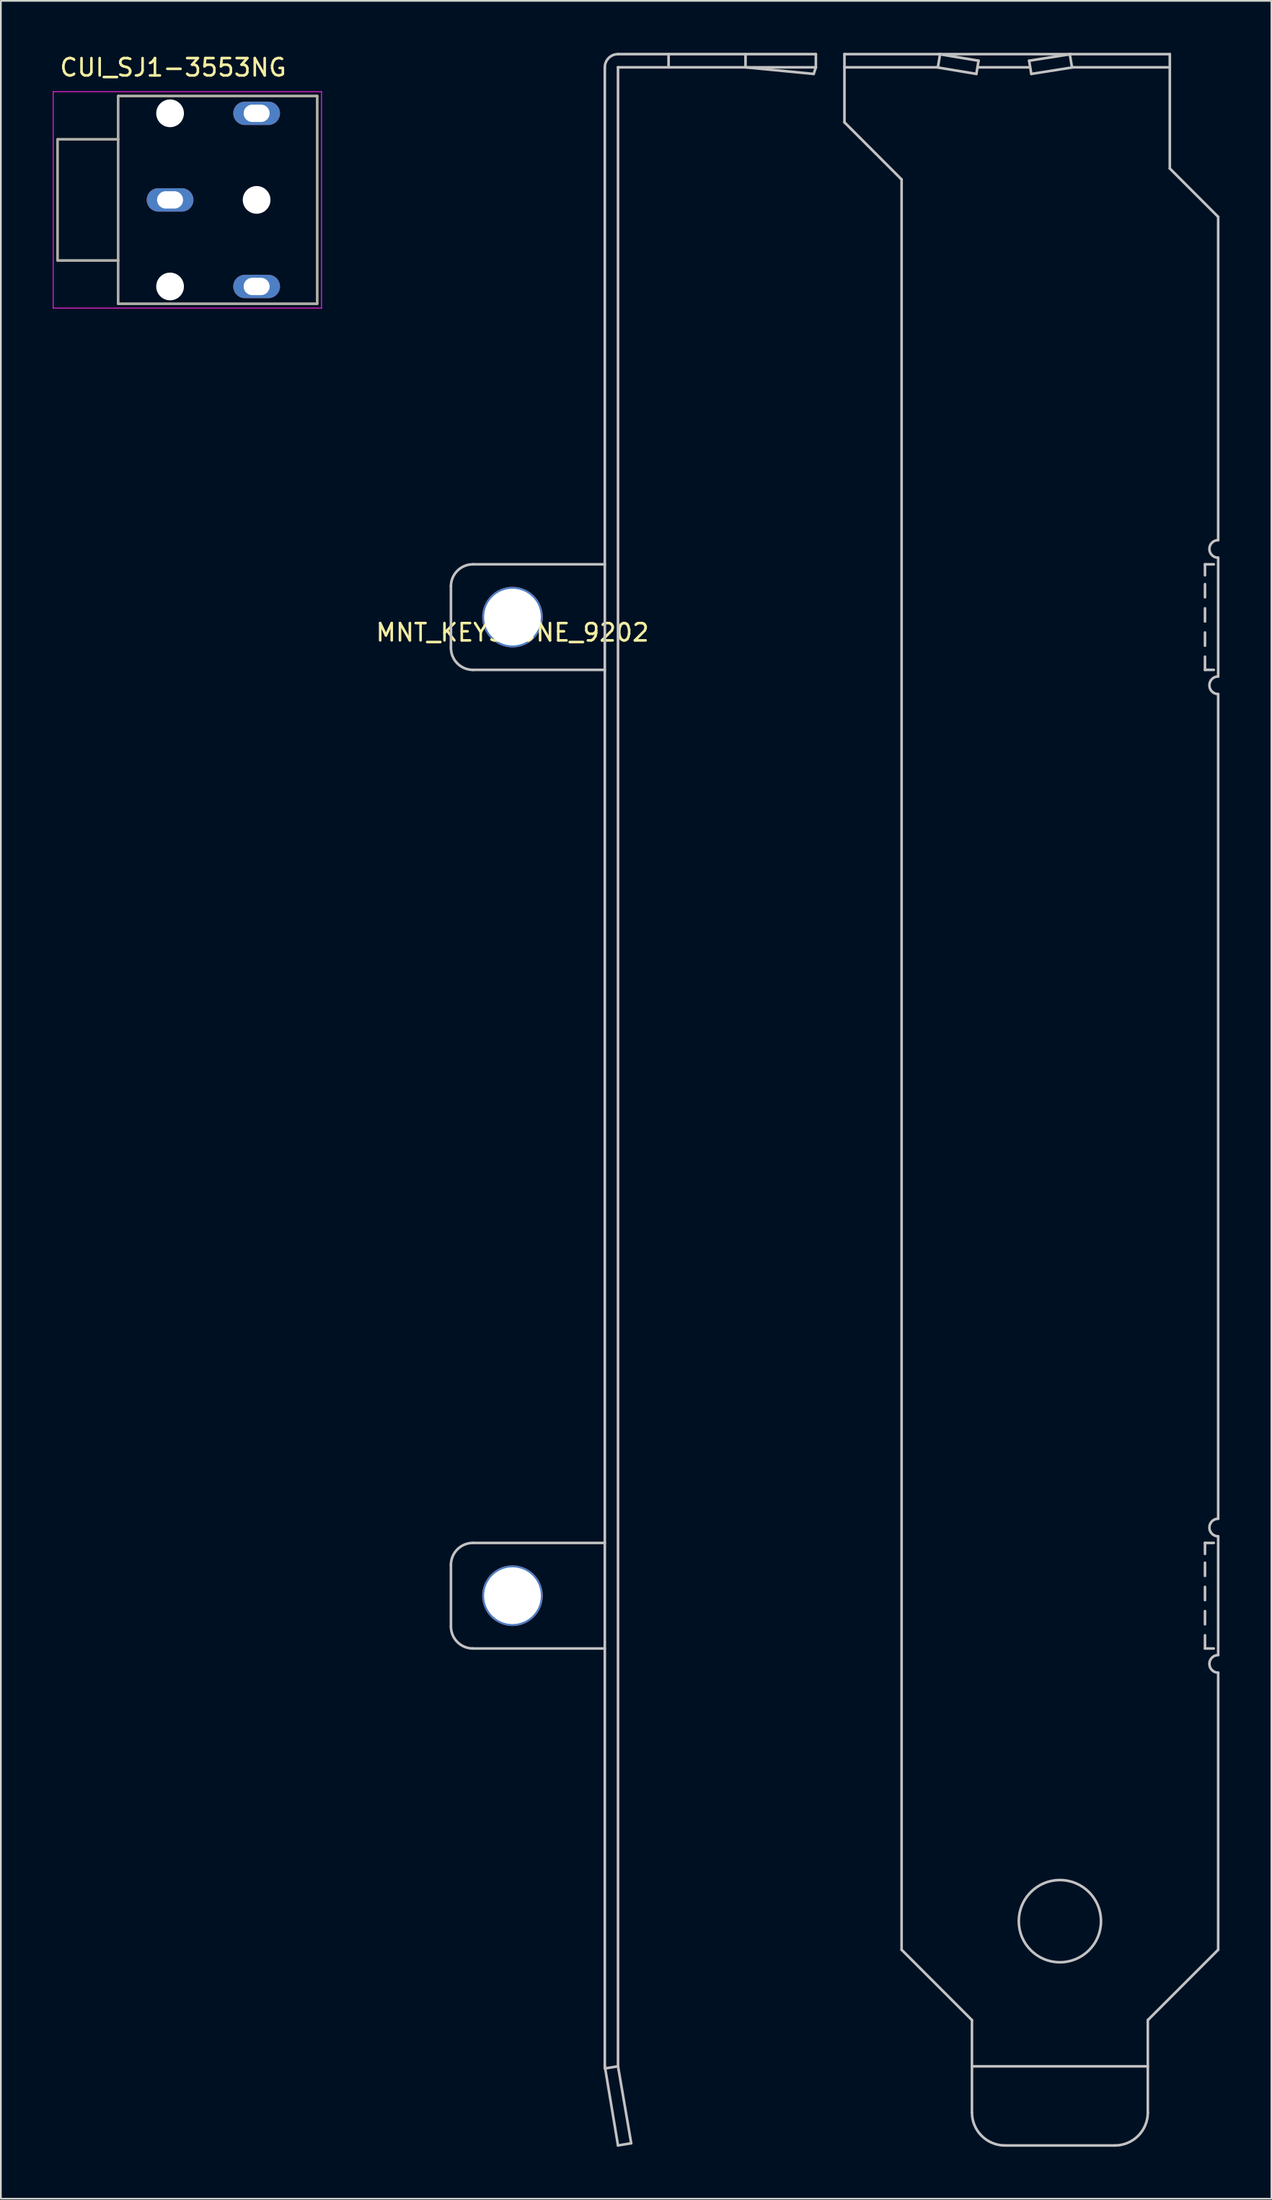
<source format=kicad_pcb>
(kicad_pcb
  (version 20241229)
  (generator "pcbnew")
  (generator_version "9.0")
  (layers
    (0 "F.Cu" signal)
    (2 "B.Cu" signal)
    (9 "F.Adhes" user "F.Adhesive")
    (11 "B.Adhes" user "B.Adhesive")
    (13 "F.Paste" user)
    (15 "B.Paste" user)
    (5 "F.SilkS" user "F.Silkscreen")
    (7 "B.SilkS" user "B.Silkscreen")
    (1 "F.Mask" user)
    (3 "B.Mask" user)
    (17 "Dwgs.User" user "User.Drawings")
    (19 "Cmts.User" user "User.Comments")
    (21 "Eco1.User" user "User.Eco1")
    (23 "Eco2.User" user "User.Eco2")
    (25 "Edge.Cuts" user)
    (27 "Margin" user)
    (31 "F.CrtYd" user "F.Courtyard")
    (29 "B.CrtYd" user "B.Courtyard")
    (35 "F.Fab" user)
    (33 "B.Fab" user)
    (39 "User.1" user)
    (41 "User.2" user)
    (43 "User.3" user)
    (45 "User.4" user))
  (footprint "CUI_SJ1-3553NG"
    (layer "F.Cu")
    (at 6.775 8.494)
    (property "Reference" "CUI_SJ1-3553NG" (at 0.175 -7.645 0) (layer "F.SilkS") (effects (font (size 1.001 1.001) (thickness 0.15))))
    (attr through_hole)
    (fp_line (start -6.5 -3.5) (end -3 -3.5) (stroke (width 0.127) (type solid)) (layer "F.SilkS"))
    (fp_line (start -6.5 3.5) (end -6.5 -3.5) (stroke (width 0.127) (type solid)) (layer "F.SilkS"))
    (fp_line (start -3 -6) (end 8.5 -6) (stroke (width 0.127) (type solid)) (layer "F.SilkS"))
    (fp_line (start -3 -3.5) (end -3 -6) (stroke (width 0.127) (type solid)) (layer "F.SilkS"))
    (fp_line (start -3 -3.5) (end -3 3.5) (stroke (width 0.127) (type solid)) (layer "F.SilkS"))
    (fp_line (start -3 3.5) (end -6.5 3.5) (stroke (width 0.127) (type solid)) (layer "F.SilkS"))
    (fp_line (start -3 6) (end -3 3.5) (stroke (width 0.127) (type solid)) (layer "F.SilkS"))
    (fp_line (start 8.5 -6) (end 8.5 6) (stroke (width 0.127) (type solid)) (layer "F.SilkS"))
    (fp_line (start 8.5 6) (end -3 6) (stroke (width 0.127) (type solid)) (layer "F.SilkS"))
    (fp_line (start -6.75 -6.25) (end 8.75 -6.25) (stroke (width 0.05) (type solid)) (layer "F.CrtYd"))
    (fp_line (start -6.75 6.25) (end -6.75 -6.25) (stroke (width 0.05) (type solid)) (layer "F.CrtYd"))
    (fp_line (start 8.75 -6.25) (end 8.75 6.25) (stroke (width 0.05) (type solid)) (layer "F.CrtYd"))
    (fp_line (start 8.75 6.25) (end -6.75 6.25) (stroke (width 0.05) (type solid)) (layer "F.CrtYd"))
    (fp_line (start -6.5 -3.5) (end -3 -3.5) (stroke (width 0.127) (type solid)) (layer "F.Fab"))
    (fp_line (start -6.5 3.5) (end -6.5 -3.5) (stroke (width 0.127) (type solid)) (layer "F.Fab"))
    (fp_line (start -3 -6) (end 8.5 -6) (stroke (width 0.127) (type solid)) (layer "F.Fab"))
    (fp_line (start -3 -3.5) (end -3 -6) (stroke (width 0.127) (type solid)) (layer "F.Fab"))
    (fp_line (start -3 -3.5) (end -3 3.5) (stroke (width 0.127) (type solid)) (layer "F.Fab"))
    (fp_line (start -3 3.5) (end -6.5 3.5) (stroke (width 0.127) (type solid)) (layer "F.Fab"))
    (fp_line (start -3 6) (end -3 3.5) (stroke (width 0.127) (type solid)) (layer "F.Fab"))
    (fp_line (start 8.5 -6) (end 8.5 6) (stroke (width 0.127) (type solid)) (layer "F.Fab"))
    (fp_line (start 8.5 6) (end -3 6) (stroke (width 0.127) (type solid)) (layer "F.Fab"))
    (pad "" np_thru_hole circle (at 0 -5) (size 1.6 1.6) (drill 1.6) (layers "*.Cu" "*.Mask"))
    (pad "" np_thru_hole circle (at 0 5) (size 1.6 1.6) (drill 1.6) (layers "*.Cu" "*.Mask"))
    (pad "" np_thru_hole circle (at 5 0) (size 1.6 1.6) (drill 1.6) (layers "*.Cu" "*.Mask"))
    (pad "1" thru_hole oval (at 0 0) (size 2.7 1.35) (drill oval 1.5 1) (layers "*.Cu" "*.Mask"))
    (pad "2" thru_hole oval (at 5 5) (size 2.7 1.35) (drill oval 1.5 1) (layers "*.Cu" "*.Mask"))
    (pad "3" thru_hole oval (at 5 -5) (size 2.7 1.35) (drill oval 1.5 1) (layers "*.Cu" "*.Mask")))
  (footprint "MNT_KEYSTONE_9202"
    (layer "F.Cu")
    (at 26.556 32.588)
    (property "Reference" "MNT_KEYSTONE_9202" (at 0 0.889 0) (layer "F.SilkS") (effects (font (size 1 1) (thickness 0.15))))
    (attr through_hole)
    (fp_line (start -3.556 -1.778) (end -3.556 1.778) (stroke (width 0.15) (type solid)) (layer "Dwgs.User"))
    (fp_line (start -3.556 54.737) (end -3.556 58.293) (stroke (width 0.15) (type solid)) (layer "Dwgs.User"))
    (fp_line (start -2.286 -3.048) (end 5.334 -3.048) (stroke (width 0.15) (type solid)) (layer "Dwgs.User"))
    (fp_line (start -2.286 3.048) (end 5.334 3.048) (stroke (width 0.15) (type solid)) (layer "Dwgs.User"))
    (fp_line (start -2.286 53.467) (end 5.334 53.467) (stroke (width 0.15) (type solid)) (layer "Dwgs.User"))
    (fp_line (start -2.286 59.563) (end 5.334 59.563) (stroke (width 0.15) (type solid)) (layer "Dwgs.User"))
    (fp_line (start 5.334 -31.75) (end 5.334 83.693) (stroke (width 0.152) (type solid)) (layer "Dwgs.User"))
    (fp_line (start 5.334 83.693) (end 6.096 88.265) (stroke (width 0.15) (type solid)) (layer "Dwgs.User"))
    (fp_line (start 6.096 -32.512) (end 17.526 -32.512) (stroke (width 0.152) (type solid)) (layer "Dwgs.User"))
    (fp_line (start 6.096 -31.75) (end 6.096 83.693) (stroke (width 0.152) (type solid)) (layer "Dwgs.User"))
    (fp_line (start 6.096 -31.75) (end 17.526 -31.75) (stroke (width 0.152) (type solid)) (layer "Dwgs.User"))
    (fp_line (start 6.096 83.693) (end 5.334 83.82) (stroke (width 0.15) (type solid)) (layer "Dwgs.User"))
    (fp_line (start 6.096 88.265) (end 6.858 88.138) (stroke (width 0.15) (type solid)) (layer "Dwgs.User"))
    (fp_line (start 6.858 88.138) (end 6.096 83.693) (stroke (width 0.15) (type solid)) (layer "Dwgs.User"))
    (fp_line (start 9.017 -32.512) (end 9.017 -31.75) (stroke (width 0.15) (type solid)) (layer "Dwgs.User"))
    (fp_line (start 13.462 -31.75) (end 13.462 -32.512) (stroke (width 0.15) (type solid)) (layer "Dwgs.User"))
    (fp_line (start 17.399 -31.369) (end 13.462 -31.75) (stroke (width 0.15) (type solid)) (layer "Dwgs.User"))
    (fp_line (start 17.526 -31.75) (end 17.399 -31.369) (stroke (width 0.15) (type solid)) (layer "Dwgs.User"))
    (fp_line (start 17.526 -31.75) (end 17.526 -32.512) (stroke (width 0.15) (type solid)) (layer "Dwgs.User"))
    (fp_line (start 19.177 -32.512) (end 19.177 -28.575) (stroke (width 0.15) (type solid)) (layer "Dwgs.User"))
    (fp_line (start 19.177 -32.512) (end 37.973 -32.512) (stroke (width 0.15) (type solid)) (layer "Dwgs.User"))
    (fp_line (start 19.177 -28.575) (end 22.479 -25.273) (stroke (width 0.15) (type solid)) (layer "Dwgs.User"))
    (fp_line (start 22.479 -25.273) (end 22.479 76.962) (stroke (width 0.15) (type solid)) (layer "Dwgs.User"))
    (fp_line (start 22.479 76.962) (end 26.543 81.026) (stroke (width 0.15) (type solid)) (layer "Dwgs.User"))
    (fp_line (start 24.511 -31.75) (end 19.177 -31.75) (stroke (width 0.15) (type solid)) (layer "Dwgs.User"))
    (fp_line (start 24.511 -31.75) (end 26.797 -31.369) (stroke (width 0.15) (type solid)) (layer "Dwgs.User"))
    (fp_line (start 24.575 -31.75) (end 24.701 -32.512) (stroke (width 0.15) (type solid)) (layer "Dwgs.User"))
    (fp_line (start 24.638 -32.512) (end 26.924 -32.131) (stroke (width 0.15) (type solid)) (layer "Dwgs.User"))
    (fp_line (start 26.543 83.693) (end 36.703 83.693) (stroke (width 0.15) (type solid)) (layer "Dwgs.User"))
    (fp_line (start 26.543 86.36) (end 26.543 81.026) (stroke (width 0.15) (type solid)) (layer "Dwgs.User"))
    (fp_line (start 26.797 -31.369) (end 26.924 -32.131) (stroke (width 0.15) (type solid)) (layer "Dwgs.User"))
    (fp_line (start 26.924 -31.75) (end 29.845 -31.75) (stroke (width 0.15) (type solid)) (layer "Dwgs.User"))
    (fp_line (start 28.448 88.265) (end 34.798 88.265) (stroke (width 0.15) (type solid)) (layer "Dwgs.User"))
    (fp_line (start 29.845 -32.131) (end 32.258 -32.512) (stroke (width 0.15) (type solid)) (layer "Dwgs.User"))
    (fp_line (start 29.972 -31.369) (end 29.845 -32.131) (stroke (width 0.15) (type solid)) (layer "Dwgs.User"))
    (fp_line (start 32.322 -31.75) (end 32.194 -32.512) (stroke (width 0.15) (type solid)) (layer "Dwgs.User"))
    (fp_line (start 32.385 -31.75) (end 29.972 -31.369) (stroke (width 0.15) (type solid)) (layer "Dwgs.User"))
    (fp_line (start 36.703 81.026) (end 40.767 76.962) (stroke (width 0.15) (type solid)) (layer "Dwgs.User"))
    (fp_line (start 36.703 86.36) (end 36.703 81.026) (stroke (width 0.15) (type solid)) (layer "Dwgs.User"))
    (fp_line (start 37.973 -32.512) (end 37.973 -25.908) (stroke (width 0.15) (type solid)) (layer "Dwgs.User"))
    (fp_line (start 37.973 -31.75) (end 32.385 -31.75) (stroke (width 0.15) (type solid)) (layer "Dwgs.User"))
    (fp_line (start 40.005 -3.048) (end 40.513 -3.048) (stroke (width 0.15) (type solid)) (layer "Dwgs.User"))
    (fp_line (start 40.005 -2.413) (end 40.005 -3.048) (stroke (width 0.15) (type solid)) (layer "Dwgs.User"))
    (fp_line (start 40.005 -1.143) (end 40.005 -1.905) (stroke (width 0.15) (type solid)) (layer "Dwgs.User"))
    (fp_line (start 40.005 0.254) (end 40.005 -0.508) (stroke (width 0.15) (type solid)) (layer "Dwgs.User"))
    (fp_line (start 40.005 1.651) (end 40.005 0.889) (stroke (width 0.15) (type solid)) (layer "Dwgs.User"))
    (fp_line (start 40.005 3.048) (end 40.005 2.286) (stroke (width 0.15) (type solid)) (layer "Dwgs.User"))
    (fp_line (start 40.005 53.467) (end 40.513 53.467) (stroke (width 0.15) (type solid)) (layer "Dwgs.User"))
    (fp_line (start 40.005 54.102) (end 40.005 53.467) (stroke (width 0.15) (type solid)) (layer "Dwgs.User"))
    (fp_line (start 40.005 55.372) (end 40.005 54.61) (stroke (width 0.15) (type solid)) (layer "Dwgs.User"))
    (fp_line (start 40.005 56.769) (end 40.005 56.007) (stroke (width 0.15) (type solid)) (layer "Dwgs.User"))
    (fp_line (start 40.005 58.166) (end 40.005 57.404) (stroke (width 0.15) (type solid)) (layer "Dwgs.User"))
    (fp_line (start 40.005 59.563) (end 40.005 58.801) (stroke (width 0.15) (type solid)) (layer "Dwgs.User"))
    (fp_line (start 40.513 3.048) (end 40.005 3.048) (stroke (width 0.15) (type solid)) (layer "Dwgs.User"))
    (fp_line (start 40.513 59.563) (end 40.005 59.563) (stroke (width 0.15) (type solid)) (layer "Dwgs.User"))
    (fp_line (start 40.767 -23.114) (end 37.973 -25.908) (stroke (width 0.15) (type solid)) (layer "Dwgs.User"))
    (fp_line (start 40.767 -23.114) (end 40.767 -4.445) (stroke (width 0.15) (type solid)) (layer "Dwgs.User"))
    (fp_line (start 40.767 3.429) (end 40.767 -3.429) (stroke (width 0.15) (type solid)) (layer "Dwgs.User"))
    (fp_line (start 40.767 4.445) (end 40.767 52.07) (stroke (width 0.15) (type solid)) (layer "Dwgs.User"))
    (fp_line (start 40.767 59.944) (end 40.767 53.086) (stroke (width 0.15) (type solid)) (layer "Dwgs.User"))
    (fp_line (start 40.767 60.96) (end 40.767 76.962) (stroke (width 0.15) (type solid)) (layer "Dwgs.User"))
    (fp_arc (start -3.556 -1.778) (mid -3.184809 -2.675241) (end -2.288217 -3.047998) (stroke (width 0.15) (type solid)) (layer "Dwgs.User"))
    (fp_arc (start -3.556 54.737) (mid -3.184809 53.839759) (end -2.288217 53.467002) (stroke (width 0.15) (type solid)) (layer "Dwgs.User"))
    (fp_arc (start -2.286 3.048) (mid -3.183241 2.676809) (end -3.555998 1.780217) (stroke (width 0.15) (type solid)) (layer "Dwgs.User"))
    (fp_arc (start -2.286 59.563) (mid -3.183241 59.191809) (end -3.555998 58.295217) (stroke (width 0.15) (type solid)) (layer "Dwgs.User"))
    (fp_arc (start 5.334 -31.75) (mid 5.556715 -32.288345) (end 6.09467 -32.511999) (stroke (width 0.15) (type solid)) (layer "Dwgs.User"))
    (fp_arc (start 28.448 88.265) (mid 27.100962 87.707038) (end 26.543 86.36) (stroke (width 0.15) (type solid)) (layer "Dwgs.User"))
    (fp_arc (start 36.703 86.36) (mid 36.145038 87.707038) (end 34.798 88.265) (stroke (width 0.15) (type solid)) (layer "Dwgs.User"))
    (fp_arc (start 40.767 -3.429) (mid 40.259 -3.937) (end 40.767 -4.445) (stroke (width 0.15) (type solid)) (layer "Dwgs.User"))
    (fp_arc (start 40.767 4.445) (mid 40.259 3.937) (end 40.767 3.429) (stroke (width 0.15) (type solid)) (layer "Dwgs.User"))
    (fp_arc (start 40.767 53.086) (mid 40.259 52.578) (end 40.767 52.07) (stroke (width 0.15) (type solid)) (layer "Dwgs.User"))
    (fp_arc (start 40.767 60.96) (mid 40.259 60.452) (end 40.767 59.944) (stroke (width 0.15) (type solid)) (layer "Dwgs.User"))
    (fp_circle (center 31.623 75.311) (end 33.998 75.311) (stroke (width 0.15) (type solid)) (fill no) (layer "Dwgs.User"))
    (pad "1" thru_hole circle (at 0 56.515) (size 3.5 3.5) (drill 3.277) (layers "*.Cu" "*.Mask"))
    (pad "2" thru_hole circle (at 0 0 90) (size 3.5 3.5) (drill 3.277) (layers "*.Cu" "*.Mask")))
  (gr_rect
    (start -3 -3)
    (end 70.398 123.928)
    (stroke (width 0.1) (type default))
    (fill no)
    (layer "Edge.Cuts")))
</source>
